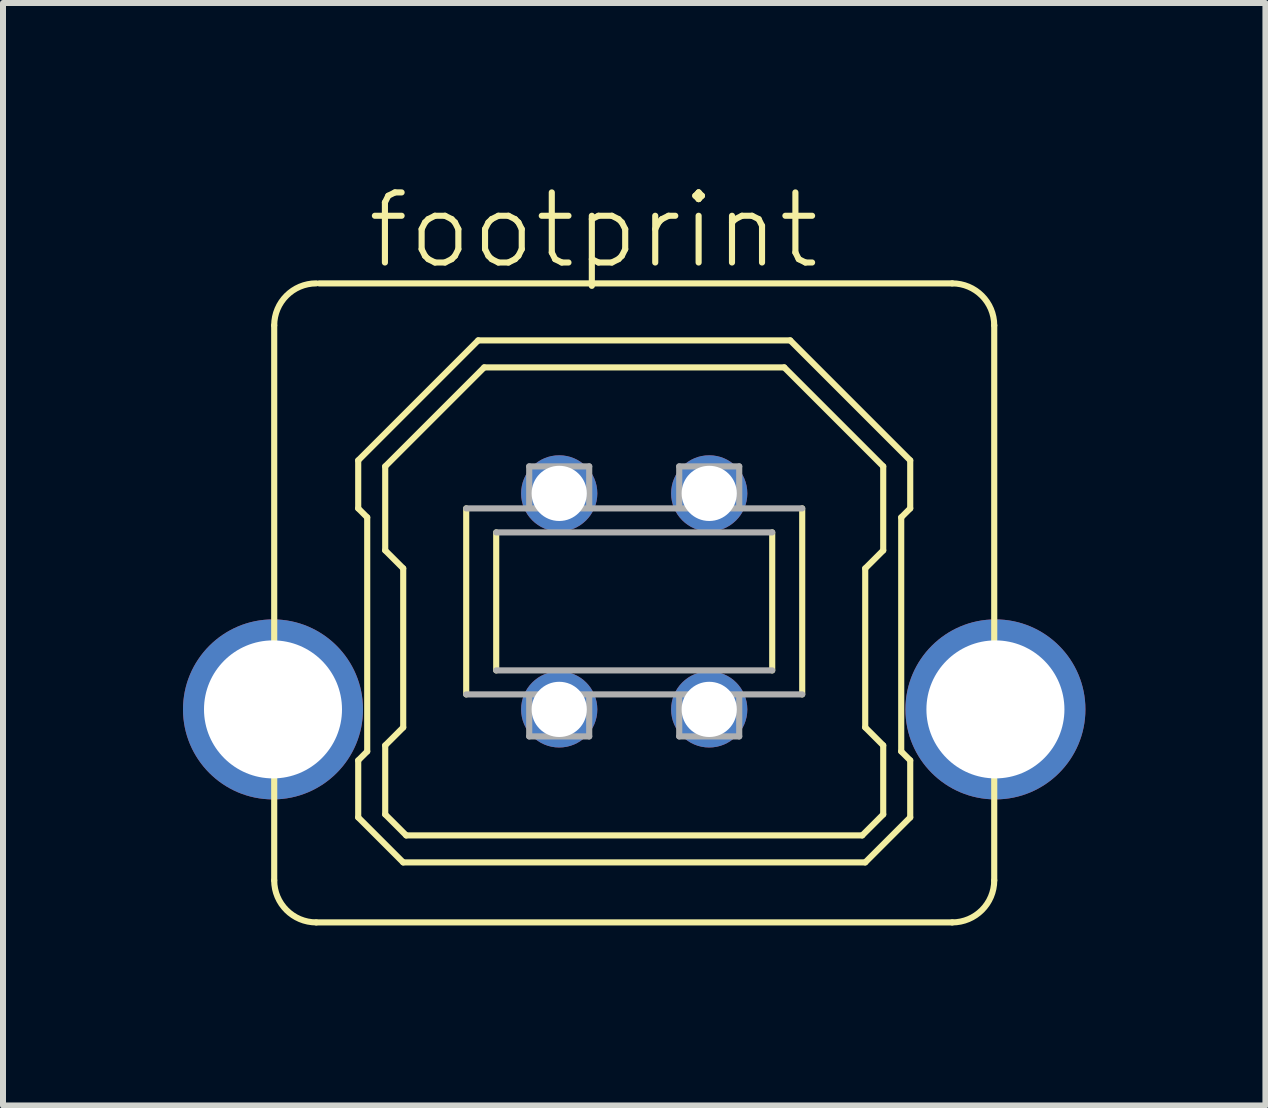
<source format=kicad_pcb>
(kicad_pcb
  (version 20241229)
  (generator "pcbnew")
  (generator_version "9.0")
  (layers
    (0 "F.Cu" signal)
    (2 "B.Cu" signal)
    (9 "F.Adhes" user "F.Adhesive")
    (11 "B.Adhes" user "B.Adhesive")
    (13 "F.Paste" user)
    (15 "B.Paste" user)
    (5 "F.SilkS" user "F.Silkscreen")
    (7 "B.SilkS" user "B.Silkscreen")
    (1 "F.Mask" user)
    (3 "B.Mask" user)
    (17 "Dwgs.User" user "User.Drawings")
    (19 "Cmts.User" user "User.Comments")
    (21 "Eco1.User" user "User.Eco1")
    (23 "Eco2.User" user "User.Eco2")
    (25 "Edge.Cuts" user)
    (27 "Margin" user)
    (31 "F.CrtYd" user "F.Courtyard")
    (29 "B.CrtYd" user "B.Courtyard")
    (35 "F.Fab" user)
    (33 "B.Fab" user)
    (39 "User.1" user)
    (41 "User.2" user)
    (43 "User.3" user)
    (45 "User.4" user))
  (footprint "footprint"
    (layer "F.Cu")
    (at 7.52 6.973)
    (property "Reference" "footprint" (at -4.5 -5.5 0) (layer "F.SilkS") (effects (font (size 1.168 1.168) (thickness 0.102)) (justify left bottom)))
    (fp_line (start -6 4.65) (end -6 -4.6) (stroke (width 0.102) (type solid)) (layer "F.SilkS"))
    (fp_line (start -5.25 -5.3) (end 5.3 -5.3) (stroke (width 0.102) (type solid)) (layer "F.SilkS"))
    (fp_line (start -4.6 -2.35) (end -2.6 -4.35) (stroke (width 0.102) (type solid)) (layer "F.SilkS"))
    (fp_line (start -4.6 -1.55) (end -4.6 -2.35) (stroke (width 0.102) (type solid)) (layer "F.SilkS"))
    (fp_line (start -4.6 2.65) (end -4.45 2.5) (stroke (width 0.102) (type solid)) (layer "F.SilkS"))
    (fp_line (start -4.6 3.6) (end -4.6 2.65) (stroke (width 0.102) (type solid)) (layer "F.SilkS"))
    (fp_line (start -4.45 -1.4) (end -4.6 -1.55) (stroke (width 0.102) (type solid)) (layer "F.SilkS"))
    (fp_line (start -4.45 2.5) (end -4.45 -1.4) (stroke (width 0.102) (type solid)) (layer "F.SilkS"))
    (fp_line (start -4.15 -2.25) (end -2.5 -3.9) (stroke (width 0.102) (type solid)) (layer "F.SilkS"))
    (fp_line (start -4.15 -0.85) (end -4.15 -2.25) (stroke (width 0.102) (type solid)) (layer "F.SilkS"))
    (fp_line (start -4.15 2.4) (end -3.85 2.1) (stroke (width 0.102) (type solid)) (layer "F.SilkS"))
    (fp_line (start -4.15 3.55) (end -4.15 2.4) (stroke (width 0.102) (type solid)) (layer "F.SilkS"))
    (fp_line (start -3.85 -0.55) (end -4.15 -0.85) (stroke (width 0.102) (type solid)) (layer "F.SilkS"))
    (fp_line (start -3.85 2.1) (end -3.85 -0.55) (stroke (width 0.102) (type solid)) (layer "F.SilkS"))
    (fp_line (start -3.85 4.35) (end -4.6 3.6) (stroke (width 0.102) (type solid)) (layer "F.SilkS"))
    (fp_line (start -3.8 3.9) (end -4.15 3.55) (stroke (width 0.102) (type solid)) (layer "F.SilkS"))
    (fp_line (start -2.8 1.55) (end -2.8 -1.55) (stroke (width 0.102) (type solid)) (layer "F.SilkS"))
    (fp_line (start -2.6 -4.35) (end 2.6 -4.35) (stroke (width 0.102) (type solid)) (layer "F.SilkS"))
    (fp_line (start -2.5 -3.9) (end 2.5 -3.9) (stroke (width 0.102) (type solid)) (layer "F.SilkS"))
    (fp_line (start -2.3 1.15) (end -2.3 -1.15) (stroke (width 0.102) (type solid)) (layer "F.SilkS"))
    (fp_line (start 2.3 -1.15) (end 2.3 1.15) (stroke (width 0.102) (type solid)) (layer "F.SilkS"))
    (fp_line (start 2.5 -3.9) (end 4.15 -2.25) (stroke (width 0.102) (type solid)) (layer "F.SilkS"))
    (fp_line (start 2.6 -4.35) (end 4.6 -2.35) (stroke (width 0.102) (type solid)) (layer "F.SilkS"))
    (fp_line (start 2.8 -1.55) (end 2.8 1.55) (stroke (width 0.102) (type solid)) (layer "F.SilkS"))
    (fp_line (start 3.8 3.9) (end -3.8 3.9) (stroke (width 0.102) (type solid)) (layer "F.SilkS"))
    (fp_line (start 3.85 -0.55) (end 3.85 2.1) (stroke (width 0.102) (type solid)) (layer "F.SilkS"))
    (fp_line (start 3.85 -0.55) (end 4.15 -0.85) (stroke (width 0.102) (type solid)) (layer "F.SilkS"))
    (fp_line (start 3.85 2.1) (end 4.15 2.4) (stroke (width 0.102) (type solid)) (layer "F.SilkS"))
    (fp_line (start 3.85 4.35) (end -3.85 4.35) (stroke (width 0.102) (type solid)) (layer "F.SilkS"))
    (fp_line (start 4.15 -0.85) (end 4.15 -2.25) (stroke (width 0.102) (type solid)) (layer "F.SilkS"))
    (fp_line (start 4.15 2.4) (end 4.15 3.55) (stroke (width 0.102) (type solid)) (layer "F.SilkS"))
    (fp_line (start 4.15 3.55) (end 3.8 3.9) (stroke (width 0.102) (type solid)) (layer "F.SilkS"))
    (fp_line (start 4.45 -1.4) (end 4.45 2.5) (stroke (width 0.102) (type solid)) (layer "F.SilkS"))
    (fp_line (start 4.45 2.5) (end 4.6 2.65) (stroke (width 0.102) (type solid)) (layer "F.SilkS"))
    (fp_line (start 4.6 -2.35) (end 4.6 -1.55) (stroke (width 0.102) (type solid)) (layer "F.SilkS"))
    (fp_line (start 4.6 -1.55) (end 4.45 -1.4) (stroke (width 0.102) (type solid)) (layer "F.SilkS"))
    (fp_line (start 4.6 2.65) (end 4.6 3.6) (stroke (width 0.102) (type solid)) (layer "F.SilkS"))
    (fp_line (start 4.6 3.6) (end 3.85 4.35) (stroke (width 0.102) (type solid)) (layer "F.SilkS"))
    (fp_line (start 5.3 5.35) (end -5.3 5.35) (stroke (width 0.102) (type solid)) (layer "F.SilkS"))
    (fp_line (start 6 -4.6) (end 6 4.65) (stroke (width 0.102) (type solid)) (layer "F.SilkS"))
    (fp_arc (start -6 -4.6) (mid -5.794975 -5.094975) (end -5.3 -5.3) (stroke (width 0.1016) (type solid)) (layer "F.SilkS"))
    (fp_arc (start -5.3 5.35) (mid -5.794975 5.144975) (end -6 4.65) (stroke (width 0.1016) (type solid)) (layer "F.SilkS"))
    (fp_arc (start 5.3 -5.3) (mid 5.794975 -5.094975) (end 6 -4.6) (stroke (width 0.1016) (type solid)) (layer "F.SilkS"))
    (fp_arc (start 6 4.65) (mid 5.794975 5.144975) (end 5.3 5.35) (stroke (width 0.1016) (type solid)) (layer "F.SilkS"))
    (fp_line (start -2.8 -1.55) (end 2.8 -1.55) (stroke (width 0.102) (type solid)) (layer "F.Fab"))
    (fp_line (start -2.3 -1.15) (end 2.3 -1.15) (stroke (width 0.102) (type solid)) (layer "F.Fab"))
    (fp_line (start -1.75 -2.25) (end -0.75 -2.25) (stroke (width 0.102) (type solid)) (layer "F.Fab"))
    (fp_line (start -1.75 -1.6) (end -1.75 -2.25) (stroke (width 0.102) (type solid)) (layer "F.Fab"))
    (fp_line (start -1.75 2.25) (end -1.75 1.6) (stroke (width 0.102) (type solid)) (layer "F.Fab"))
    (fp_line (start -0.75 -2.25) (end -0.75 -1.6) (stroke (width 0.102) (type solid)) (layer "F.Fab"))
    (fp_line (start -0.75 1.6) (end -0.75 2.25) (stroke (width 0.102) (type solid)) (layer "F.Fab"))
    (fp_line (start -0.75 2.25) (end -1.75 2.25) (stroke (width 0.102) (type solid)) (layer "F.Fab"))
    (fp_line (start 0.75 -2.25) (end 1.75 -2.25) (stroke (width 0.102) (type solid)) (layer "F.Fab"))
    (fp_line (start 0.75 -1.6) (end 0.75 -2.25) (stroke (width 0.102) (type solid)) (layer "F.Fab"))
    (fp_line (start 0.75 2.25) (end 0.75 1.6) (stroke (width 0.102) (type solid)) (layer "F.Fab"))
    (fp_line (start 1.75 -2.25) (end 1.75 -1.6) (stroke (width 0.102) (type solid)) (layer "F.Fab"))
    (fp_line (start 1.75 1.6) (end 1.75 2.25) (stroke (width 0.102) (type solid)) (layer "F.Fab"))
    (fp_line (start 1.75 2.25) (end 0.75 2.25) (stroke (width 0.102) (type solid)) (layer "F.Fab"))
    (fp_line (start 2.3 1.15) (end -2.3 1.15) (stroke (width 0.102) (type solid)) (layer "F.Fab"))
    (fp_line (start 2.8 1.55) (end -2.8 1.55) (stroke (width 0.102) (type solid)) (layer "F.Fab"))
    (pad "1" thru_hole circle (at 1.25 -1.8) (size 1.27 1.27) (drill 0.92) (layers "*.Cu" "*.Mask"))
    (pad "2" thru_hole circle (at -1.25 -1.8) (size 1.27 1.27) (drill 0.92) (layers "*.Cu" "*.Mask"))
    (pad "3" thru_hole circle (at -1.25 1.8) (size 1.27 1.27) (drill 0.92) (layers "*.Cu" "*.Mask"))
    (pad "4" thru_hole circle (at 1.25 1.8) (size 1.27 1.27) (drill 0.92) (layers "*.Cu" "*.Mask"))
    (pad "M1" thru_hole circle (at -6.02 1.8) (size 3 3) (drill 2.3) (layers "*.Cu" "*.Mask"))
    (pad "M2" thru_hole circle (at 6.02 1.8) (size 3 3) (drill 2.3) (layers "*.Cu" "*.Mask")))
  (gr_rect
    (start -3 -3)
    (end 18.04 15.374)
    (stroke (width 0.1) (type default))
    (fill no)
    (layer "Edge.Cuts")))
</source>
